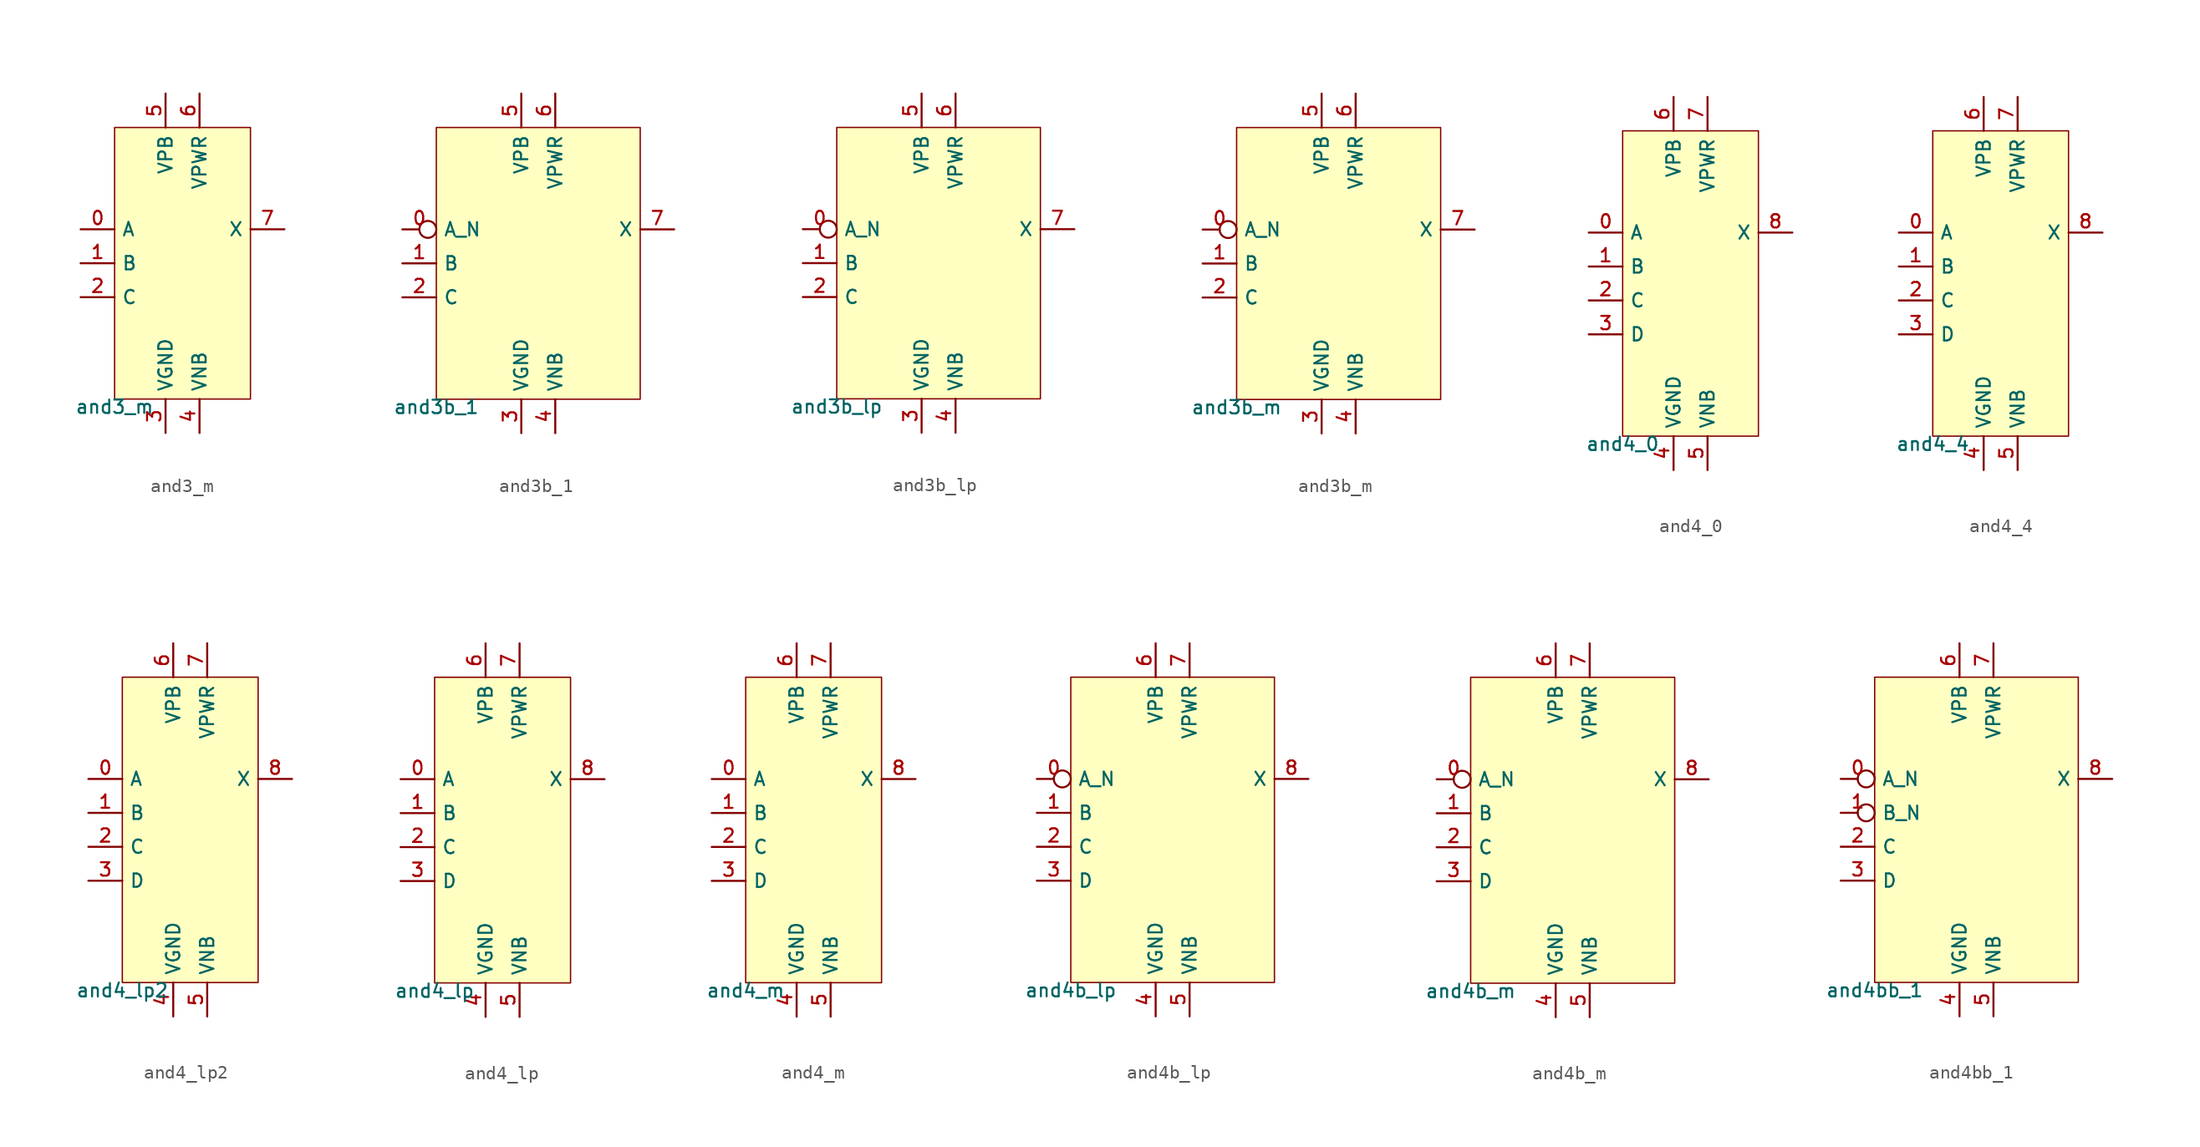
<source format=kicad_sym>
(kicad_symbol_lib
  (version 20211014)
  (generator pdk2kicad)
  (symbol "and3_m"
    (property "Reference" "X"
      (at 0 0 0)
      (effects (font (size 1 1)) hide))
    (property "Value" "and3_m"
      (at -5.08 -10.16 0)
      (effects (font (size 1 1)) (justify top)))
    (rectangle
      (start -5.08 -10.16)
      (end 5.08 10.16)
      (stroke (width 0.1) (type solid) (color 0 0 0 0))
      (fill (type background)))
    (pin input line
      (at -7.62 2.54 0)
      (length 2.54)
      (name "A" (effects (font (size 1 1)) hide))
      (number "0" (effects (font (size 1 1)) hide)))
    (pin input line
      (at -7.62 0.0 0)
      (length 2.54)
      (name "B" (effects (font (size 1 1)) hide))
      (number "1" (effects (font (size 1 1)) hide)))
    (pin input line
      (at -7.62 -2.54 0)
      (length 2.54)
      (name "C" (effects (font (size 1 1)) hide))
      (number "2" (effects (font (size 1 1)) hide)))
    (pin power_in line
      (at -1.27 -12.7 90)
      (length 2.54)
      (name "VGND" (effects (font (size 1 1)) hide))
      (number "3" (effects (font (size 1 1)) hide)))
    (pin power_in line
      (at 1.27 -12.7 90)
      (length 2.54)
      (name "VNB" (effects (font (size 1 1)) hide))
      (number "4" (effects (font (size 1 1)) hide)))
    (pin power_in line
      (at -1.27 12.7 270)
      (length 2.54)
      (name "VPB" (effects (font (size 1 1)) hide))
      (number "5" (effects (font (size 1 1)) hide)))
    (pin power_in line
      (at 1.27 12.7 270)
      (length 2.54)
      (name "VPWR" (effects (font (size 1 1)) hide))
      (number "6" (effects (font (size 1 1)) hide)))
    (pin output line
      (at 7.62 2.54 180)
      (length 2.54)
      (name "X" (effects (font (size 1 1)) hide))
      (number "7" (effects (font (size 1 1)) hide))))
  (symbol "and3b_1"
    (property "Reference" "X"
      (at 0 0 0)
      (effects (font (size 1 1)) hide))
    (property "Value" "and3b_1"
      (at -7.62 -10.16 0)
      (effects (font (size 1 1)) (justify top)))
    (rectangle
      (start -7.62 -10.16)
      (end 7.62 10.16)
      (stroke (width 0.1) (type solid) (color 0 0 0 0))
      (fill (type background)))
    (pin input inverted
      (at -10.16 2.54 0)
      (length 2.54)
      (name "A_N" (effects (font (size 1 1)) hide))
      (number "0" (effects (font (size 1 1)) hide)))
    (pin input line
      (at -10.16 0.0 0)
      (length 2.54)
      (name "B" (effects (font (size 1 1)) hide))
      (number "1" (effects (font (size 1 1)) hide)))
    (pin input line
      (at -10.16 -2.54 0)
      (length 2.54)
      (name "C" (effects (font (size 1 1)) hide))
      (number "2" (effects (font (size 1 1)) hide)))
    (pin power_in line
      (at -1.27 -12.7 90)
      (length 2.54)
      (name "VGND" (effects (font (size 1 1)) hide))
      (number "3" (effects (font (size 1 1)) hide)))
    (pin power_in line
      (at 1.27 -12.7 90)
      (length 2.54)
      (name "VNB" (effects (font (size 1 1)) hide))
      (number "4" (effects (font (size 1 1)) hide)))
    (pin power_in line
      (at -1.27 12.7 270)
      (length 2.54)
      (name "VPB" (effects (font (size 1 1)) hide))
      (number "5" (effects (font (size 1 1)) hide)))
    (pin power_in line
      (at 1.27 12.7 270)
      (length 2.54)
      (name "VPWR" (effects (font (size 1 1)) hide))
      (number "6" (effects (font (size 1 1)) hide)))
    (pin output line
      (at 10.16 2.54 180)
      (length 2.54)
      (name "X" (effects (font (size 1 1)) hide))
      (number "7" (effects (font (size 1 1)) hide))))
  (symbol "and3b_lp"
    (property "Reference" "X"
      (at 0 0 0)
      (effects (font (size 1 1)) hide))
    (property "Value" "and3b_lp"
      (at -7.62 -10.16 0)
      (effects (font (size 1 1)) (justify top)))
    (rectangle
      (start -7.62 -10.16)
      (end 7.62 10.16)
      (stroke (width 0.1) (type solid) (color 0 0 0 0))
      (fill (type background)))
    (pin input inverted
      (at -10.16 2.54 0)
      (length 2.54)
      (name "A_N" (effects (font (size 1 1)) hide))
      (number "0" (effects (font (size 1 1)) hide)))
    (pin input line
      (at -10.16 0.0 0)
      (length 2.54)
      (name "B" (effects (font (size 1 1)) hide))
      (number "1" (effects (font (size 1 1)) hide)))
    (pin input line
      (at -10.16 -2.54 0)
      (length 2.54)
      (name "C" (effects (font (size 1 1)) hide))
      (number "2" (effects (font (size 1 1)) hide)))
    (pin power_in line
      (at -1.27 -12.7 90)
      (length 2.54)
      (name "VGND" (effects (font (size 1 1)) hide))
      (number "3" (effects (font (size 1 1)) hide)))
    (pin power_in line
      (at 1.27 -12.7 90)
      (length 2.54)
      (name "VNB" (effects (font (size 1 1)) hide))
      (number "4" (effects (font (size 1 1)) hide)))
    (pin power_in line
      (at -1.27 12.7 270)
      (length 2.54)
      (name "VPB" (effects (font (size 1 1)) hide))
      (number "5" (effects (font (size 1 1)) hide)))
    (pin power_in line
      (at 1.27 12.7 270)
      (length 2.54)
      (name "VPWR" (effects (font (size 1 1)) hide))
      (number "6" (effects (font (size 1 1)) hide)))
    (pin output line
      (at 10.16 2.54 180)
      (length 2.54)
      (name "X" (effects (font (size 1 1)) hide))
      (number "7" (effects (font (size 1 1)) hide))))
  (symbol "and3b_m"
    (property "Reference" "X"
      (at 0 0 0)
      (effects (font (size 1 1)) hide))
    (property "Value" "and3b_m"
      (at -7.62 -10.16 0)
      (effects (font (size 1 1)) (justify top)))
    (rectangle
      (start -7.62 -10.16)
      (end 7.62 10.16)
      (stroke (width 0.1) (type solid) (color 0 0 0 0))
      (fill (type background)))
    (pin input inverted
      (at -10.16 2.54 0)
      (length 2.54)
      (name "A_N" (effects (font (size 1 1)) hide))
      (number "0" (effects (font (size 1 1)) hide)))
    (pin input line
      (at -10.16 0.0 0)
      (length 2.54)
      (name "B" (effects (font (size 1 1)) hide))
      (number "1" (effects (font (size 1 1)) hide)))
    (pin input line
      (at -10.16 -2.54 0)
      (length 2.54)
      (name "C" (effects (font (size 1 1)) hide))
      (number "2" (effects (font (size 1 1)) hide)))
    (pin power_in line
      (at -1.27 -12.7 90)
      (length 2.54)
      (name "VGND" (effects (font (size 1 1)) hide))
      (number "3" (effects (font (size 1 1)) hide)))
    (pin power_in line
      (at 1.27 -12.7 90)
      (length 2.54)
      (name "VNB" (effects (font (size 1 1)) hide))
      (number "4" (effects (font (size 1 1)) hide)))
    (pin power_in line
      (at -1.27 12.7 270)
      (length 2.54)
      (name "VPB" (effects (font (size 1 1)) hide))
      (number "5" (effects (font (size 1 1)) hide)))
    (pin power_in line
      (at 1.27 12.7 270)
      (length 2.54)
      (name "VPWR" (effects (font (size 1 1)) hide))
      (number "6" (effects (font (size 1 1)) hide)))
    (pin output line
      (at 10.16 2.54 180)
      (length 2.54)
      (name "X" (effects (font (size 1 1)) hide))
      (number "7" (effects (font (size 1 1)) hide))))
  (symbol "and4_0"
    (property "Reference" "X"
      (at 0 0 0)
      (effects (font (size 1 1)) hide))
    (property "Value" "and4_0"
      (at -5.08 -11.43 0)
      (effects (font (size 1 1)) (justify top)))
    (rectangle
      (start -5.08 -11.43)
      (end 5.08 11.43)
      (stroke (width 0.1) (type solid) (color 0 0 0 0))
      (fill (type background)))
    (pin input line
      (at -7.62 3.81 0)
      (length 2.54)
      (name "A" (effects (font (size 1 1)) hide))
      (number "0" (effects (font (size 1 1)) hide)))
    (pin input line
      (at -7.62 1.27 0)
      (length 2.54)
      (name "B" (effects (font (size 1 1)) hide))
      (number "1" (effects (font (size 1 1)) hide)))
    (pin input line
      (at -7.62 -1.27 0)
      (length 2.54)
      (name "C" (effects (font (size 1 1)) hide))
      (number "2" (effects (font (size 1 1)) hide)))
    (pin input line
      (at -7.62 -3.81 0)
      (length 2.54)
      (name "D" (effects (font (size 1 1)) hide))
      (number "3" (effects (font (size 1 1)) hide)))
    (pin power_in line
      (at -1.27 -13.97 90)
      (length 2.54)
      (name "VGND" (effects (font (size 1 1)) hide))
      (number "4" (effects (font (size 1 1)) hide)))
    (pin power_in line
      (at 1.27 -13.97 90)
      (length 2.54)
      (name "VNB" (effects (font (size 1 1)) hide))
      (number "5" (effects (font (size 1 1)) hide)))
    (pin power_in line
      (at -1.27 13.97 270)
      (length 2.54)
      (name "VPB" (effects (font (size 1 1)) hide))
      (number "6" (effects (font (size 1 1)) hide)))
    (pin power_in line
      (at 1.27 13.97 270)
      (length 2.54)
      (name "VPWR" (effects (font (size 1 1)) hide))
      (number "7" (effects (font (size 1 1)) hide)))
    (pin output line
      (at 7.62 3.81 180)
      (length 2.54)
      (name "X" (effects (font (size 1 1)) hide))
      (number "8" (effects (font (size 1 1)) hide))))
  (symbol "and4_4"
    (property "Reference" "X"
      (at 0 0 0)
      (effects (font (size 1 1)) hide))
    (property "Value" "and4_4"
      (at -5.08 -11.43 0)
      (effects (font (size 1 1)) (justify top)))
    (rectangle
      (start -5.08 -11.43)
      (end 5.08 11.43)
      (stroke (width 0.1) (type solid) (color 0 0 0 0))
      (fill (type background)))
    (pin input line
      (at -7.62 3.81 0)
      (length 2.54)
      (name "A" (effects (font (size 1 1)) hide))
      (number "0" (effects (font (size 1 1)) hide)))
    (pin input line
      (at -7.62 1.27 0)
      (length 2.54)
      (name "B" (effects (font (size 1 1)) hide))
      (number "1" (effects (font (size 1 1)) hide)))
    (pin input line
      (at -7.62 -1.27 0)
      (length 2.54)
      (name "C" (effects (font (size 1 1)) hide))
      (number "2" (effects (font (size 1 1)) hide)))
    (pin input line
      (at -7.62 -3.81 0)
      (length 2.54)
      (name "D" (effects (font (size 1 1)) hide))
      (number "3" (effects (font (size 1 1)) hide)))
    (pin power_in line
      (at -1.27 -13.97 90)
      (length 2.54)
      (name "VGND" (effects (font (size 1 1)) hide))
      (number "4" (effects (font (size 1 1)) hide)))
    (pin power_in line
      (at 1.27 -13.97 90)
      (length 2.54)
      (name "VNB" (effects (font (size 1 1)) hide))
      (number "5" (effects (font (size 1 1)) hide)))
    (pin power_in line
      (at -1.27 13.97 270)
      (length 2.54)
      (name "VPB" (effects (font (size 1 1)) hide))
      (number "6" (effects (font (size 1 1)) hide)))
    (pin power_in line
      (at 1.27 13.97 270)
      (length 2.54)
      (name "VPWR" (effects (font (size 1 1)) hide))
      (number "7" (effects (font (size 1 1)) hide)))
    (pin output line
      (at 7.62 3.81 180)
      (length 2.54)
      (name "X" (effects (font (size 1 1)) hide))
      (number "8" (effects (font (size 1 1)) hide))))
  (symbol "and4_lp2"
    (property "Reference" "X"
      (at 0 0 0)
      (effects (font (size 1 1)) hide))
    (property "Value" "and4_lp2"
      (at -5.08 -11.43 0)
      (effects (font (size 1 1)) (justify top)))
    (rectangle
      (start -5.08 -11.43)
      (end 5.08 11.43)
      (stroke (width 0.1) (type solid) (color 0 0 0 0))
      (fill (type background)))
    (pin input line
      (at -7.62 3.81 0)
      (length 2.54)
      (name "A" (effects (font (size 1 1)) hide))
      (number "0" (effects (font (size 1 1)) hide)))
    (pin input line
      (at -7.62 1.27 0)
      (length 2.54)
      (name "B" (effects (font (size 1 1)) hide))
      (number "1" (effects (font (size 1 1)) hide)))
    (pin input line
      (at -7.62 -1.27 0)
      (length 2.54)
      (name "C" (effects (font (size 1 1)) hide))
      (number "2" (effects (font (size 1 1)) hide)))
    (pin input line
      (at -7.62 -3.81 0)
      (length 2.54)
      (name "D" (effects (font (size 1 1)) hide))
      (number "3" (effects (font (size 1 1)) hide)))
    (pin power_in line
      (at -1.27 -13.97 90)
      (length 2.54)
      (name "VGND" (effects (font (size 1 1)) hide))
      (number "4" (effects (font (size 1 1)) hide)))
    (pin power_in line
      (at 1.27 -13.97 90)
      (length 2.54)
      (name "VNB" (effects (font (size 1 1)) hide))
      (number "5" (effects (font (size 1 1)) hide)))
    (pin power_in line
      (at -1.27 13.97 270)
      (length 2.54)
      (name "VPB" (effects (font (size 1 1)) hide))
      (number "6" (effects (font (size 1 1)) hide)))
    (pin power_in line
      (at 1.27 13.97 270)
      (length 2.54)
      (name "VPWR" (effects (font (size 1 1)) hide))
      (number "7" (effects (font (size 1 1)) hide)))
    (pin output line
      (at 7.62 3.81 180)
      (length 2.54)
      (name "X" (effects (font (size 1 1)) hide))
      (number "8" (effects (font (size 1 1)) hide))))
  (symbol "and4_lp"
    (property "Reference" "X"
      (at 0 0 0)
      (effects (font (size 1 1)) hide))
    (property "Value" "and4_lp"
      (at -5.08 -11.43 0)
      (effects (font (size 1 1)) (justify top)))
    (rectangle
      (start -5.08 -11.43)
      (end 5.08 11.43)
      (stroke (width 0.1) (type solid) (color 0 0 0 0))
      (fill (type background)))
    (pin input line
      (at -7.62 3.81 0)
      (length 2.54)
      (name "A" (effects (font (size 1 1)) hide))
      (number "0" (effects (font (size 1 1)) hide)))
    (pin input line
      (at -7.62 1.27 0)
      (length 2.54)
      (name "B" (effects (font (size 1 1)) hide))
      (number "1" (effects (font (size 1 1)) hide)))
    (pin input line
      (at -7.62 -1.27 0)
      (length 2.54)
      (name "C" (effects (font (size 1 1)) hide))
      (number "2" (effects (font (size 1 1)) hide)))
    (pin input line
      (at -7.62 -3.81 0)
      (length 2.54)
      (name "D" (effects (font (size 1 1)) hide))
      (number "3" (effects (font (size 1 1)) hide)))
    (pin power_in line
      (at -1.27 -13.97 90)
      (length 2.54)
      (name "VGND" (effects (font (size 1 1)) hide))
      (number "4" (effects (font (size 1 1)) hide)))
    (pin power_in line
      (at 1.27 -13.97 90)
      (length 2.54)
      (name "VNB" (effects (font (size 1 1)) hide))
      (number "5" (effects (font (size 1 1)) hide)))
    (pin power_in line
      (at -1.27 13.97 270)
      (length 2.54)
      (name "VPB" (effects (font (size 1 1)) hide))
      (number "6" (effects (font (size 1 1)) hide)))
    (pin power_in line
      (at 1.27 13.97 270)
      (length 2.54)
      (name "VPWR" (effects (font (size 1 1)) hide))
      (number "7" (effects (font (size 1 1)) hide)))
    (pin output line
      (at 7.62 3.81 180)
      (length 2.54)
      (name "X" (effects (font (size 1 1)) hide))
      (number "8" (effects (font (size 1 1)) hide))))
  (symbol "and4_m"
    (property "Reference" "X"
      (at 0 0 0)
      (effects (font (size 1 1)) hide))
    (property "Value" "and4_m"
      (at -5.08 -11.43 0)
      (effects (font (size 1 1)) (justify top)))
    (rectangle
      (start -5.08 -11.43)
      (end 5.08 11.43)
      (stroke (width 0.1) (type solid) (color 0 0 0 0))
      (fill (type background)))
    (pin input line
      (at -7.62 3.81 0)
      (length 2.54)
      (name "A" (effects (font (size 1 1)) hide))
      (number "0" (effects (font (size 1 1)) hide)))
    (pin input line
      (at -7.62 1.27 0)
      (length 2.54)
      (name "B" (effects (font (size 1 1)) hide))
      (number "1" (effects (font (size 1 1)) hide)))
    (pin input line
      (at -7.62 -1.27 0)
      (length 2.54)
      (name "C" (effects (font (size 1 1)) hide))
      (number "2" (effects (font (size 1 1)) hide)))
    (pin input line
      (at -7.62 -3.81 0)
      (length 2.54)
      (name "D" (effects (font (size 1 1)) hide))
      (number "3" (effects (font (size 1 1)) hide)))
    (pin power_in line
      (at -1.27 -13.97 90)
      (length 2.54)
      (name "VGND" (effects (font (size 1 1)) hide))
      (number "4" (effects (font (size 1 1)) hide)))
    (pin power_in line
      (at 1.27 -13.97 90)
      (length 2.54)
      (name "VNB" (effects (font (size 1 1)) hide))
      (number "5" (effects (font (size 1 1)) hide)))
    (pin power_in line
      (at -1.27 13.97 270)
      (length 2.54)
      (name "VPB" (effects (font (size 1 1)) hide))
      (number "6" (effects (font (size 1 1)) hide)))
    (pin power_in line
      (at 1.27 13.97 270)
      (length 2.54)
      (name "VPWR" (effects (font (size 1 1)) hide))
      (number "7" (effects (font (size 1 1)) hide)))
    (pin output line
      (at 7.62 3.81 180)
      (length 2.54)
      (name "X" (effects (font (size 1 1)) hide))
      (number "8" (effects (font (size 1 1)) hide))))
  (symbol "and4b_lp"
    (property "Reference" "X"
      (at 0 0 0)
      (effects (font (size 1 1)) hide))
    (property "Value" "and4b_lp"
      (at -7.62 -11.43 0)
      (effects (font (size 1 1)) (justify top)))
    (rectangle
      (start -7.62 -11.43)
      (end 7.62 11.43)
      (stroke (width 0.1) (type solid) (color 0 0 0 0))
      (fill (type background)))
    (pin input inverted
      (at -10.16 3.81 0)
      (length 2.54)
      (name "A_N" (effects (font (size 1 1)) hide))
      (number "0" (effects (font (size 1 1)) hide)))
    (pin input line
      (at -10.16 1.27 0)
      (length 2.54)
      (name "B" (effects (font (size 1 1)) hide))
      (number "1" (effects (font (size 1 1)) hide)))
    (pin input line
      (at -10.16 -1.27 0)
      (length 2.54)
      (name "C" (effects (font (size 1 1)) hide))
      (number "2" (effects (font (size 1 1)) hide)))
    (pin input line
      (at -10.16 -3.81 0)
      (length 2.54)
      (name "D" (effects (font (size 1 1)) hide))
      (number "3" (effects (font (size 1 1)) hide)))
    (pin power_in line
      (at -1.27 -13.97 90)
      (length 2.54)
      (name "VGND" (effects (font (size 1 1)) hide))
      (number "4" (effects (font (size 1 1)) hide)))
    (pin power_in line
      (at 1.27 -13.97 90)
      (length 2.54)
      (name "VNB" (effects (font (size 1 1)) hide))
      (number "5" (effects (font (size 1 1)) hide)))
    (pin power_in line
      (at -1.27 13.97 270)
      (length 2.54)
      (name "VPB" (effects (font (size 1 1)) hide))
      (number "6" (effects (font (size 1 1)) hide)))
    (pin power_in line
      (at 1.27 13.97 270)
      (length 2.54)
      (name "VPWR" (effects (font (size 1 1)) hide))
      (number "7" (effects (font (size 1 1)) hide)))
    (pin output line
      (at 10.16 3.81 180)
      (length 2.54)
      (name "X" (effects (font (size 1 1)) hide))
      (number "8" (effects (font (size 1 1)) hide))))
  (symbol "and4b_m"
    (property "Reference" "X"
      (at 0 0 0)
      (effects (font (size 1 1)) hide))
    (property "Value" "and4b_m"
      (at -7.62 -11.43 0)
      (effects (font (size 1 1)) (justify top)))
    (rectangle
      (start -7.62 -11.43)
      (end 7.62 11.43)
      (stroke (width 0.1) (type solid) (color 0 0 0 0))
      (fill (type background)))
    (pin input inverted
      (at -10.16 3.81 0)
      (length 2.54)
      (name "A_N" (effects (font (size 1 1)) hide))
      (number "0" (effects (font (size 1 1)) hide)))
    (pin input line
      (at -10.16 1.27 0)
      (length 2.54)
      (name "B" (effects (font (size 1 1)) hide))
      (number "1" (effects (font (size 1 1)) hide)))
    (pin input line
      (at -10.16 -1.27 0)
      (length 2.54)
      (name "C" (effects (font (size 1 1)) hide))
      (number "2" (effects (font (size 1 1)) hide)))
    (pin input line
      (at -10.16 -3.81 0)
      (length 2.54)
      (name "D" (effects (font (size 1 1)) hide))
      (number "3" (effects (font (size 1 1)) hide)))
    (pin power_in line
      (at -1.27 -13.97 90)
      (length 2.54)
      (name "VGND" (effects (font (size 1 1)) hide))
      (number "4" (effects (font (size 1 1)) hide)))
    (pin power_in line
      (at 1.27 -13.97 90)
      (length 2.54)
      (name "VNB" (effects (font (size 1 1)) hide))
      (number "5" (effects (font (size 1 1)) hide)))
    (pin power_in line
      (at -1.27 13.97 270)
      (length 2.54)
      (name "VPB" (effects (font (size 1 1)) hide))
      (number "6" (effects (font (size 1 1)) hide)))
    (pin power_in line
      (at 1.27 13.97 270)
      (length 2.54)
      (name "VPWR" (effects (font (size 1 1)) hide))
      (number "7" (effects (font (size 1 1)) hide)))
    (pin output line
      (at 10.16 3.81 180)
      (length 2.54)
      (name "X" (effects (font (size 1 1)) hide))
      (number "8" (effects (font (size 1 1)) hide))))
  (symbol "and4bb_1"
    (property "Reference" "X"
      (at 0 0 0)
      (effects (font (size 1 1)) hide))
    (property "Value" "and4bb_1"
      (at -7.62 -11.43 0)
      (effects (font (size 1 1)) (justify top)))
    (rectangle
      (start -7.62 -11.43)
      (end 7.62 11.43)
      (stroke (width 0.1) (type solid) (color 0 0 0 0))
      (fill (type background)))
    (pin input inverted
      (at -10.16 3.81 0)
      (length 2.54)
      (name "A_N" (effects (font (size 1 1)) hide))
      (number "0" (effects (font (size 1 1)) hide)))
    (pin input inverted
      (at -10.16 1.27 0)
      (length 2.54)
      (name "B_N" (effects (font (size 1 1)) hide))
      (number "1" (effects (font (size 1 1)) hide)))
    (pin input line
      (at -10.16 -1.27 0)
      (length 2.54)
      (name "C" (effects (font (size 1 1)) hide))
      (number "2" (effects (font (size 1 1)) hide)))
    (pin input line
      (at -10.16 -3.81 0)
      (length 2.54)
      (name "D" (effects (font (size 1 1)) hide))
      (number "3" (effects (font (size 1 1)) hide)))
    (pin power_in line
      (at -1.27 -13.97 90)
      (length 2.54)
      (name "VGND" (effects (font (size 1 1)) hide))
      (number "4" (effects (font (size 1 1)) hide)))
    (pin power_in line
      (at 1.27 -13.97 90)
      (length 2.54)
      (name "VNB" (effects (font (size 1 1)) hide))
      (number "5" (effects (font (size 1 1)) hide)))
    (pin power_in line
      (at -1.27 13.97 270)
      (length 2.54)
      (name "VPB" (effects (font (size 1 1)) hide))
      (number "6" (effects (font (size 1 1)) hide)))
    (pin power_in line
      (at 1.27 13.97 270)
      (length 2.54)
      (name "VPWR" (effects (font (size 1 1)) hide))
      (number "7" (effects (font (size 1 1)) hide)))
    (pin output line
      (at 10.16 3.81 180)
      (length 2.54)
      (name "X" (effects (font (size 1 1)) hide))
      (number "8" (effects (font (size 1 1)) hide)))))
</source>
